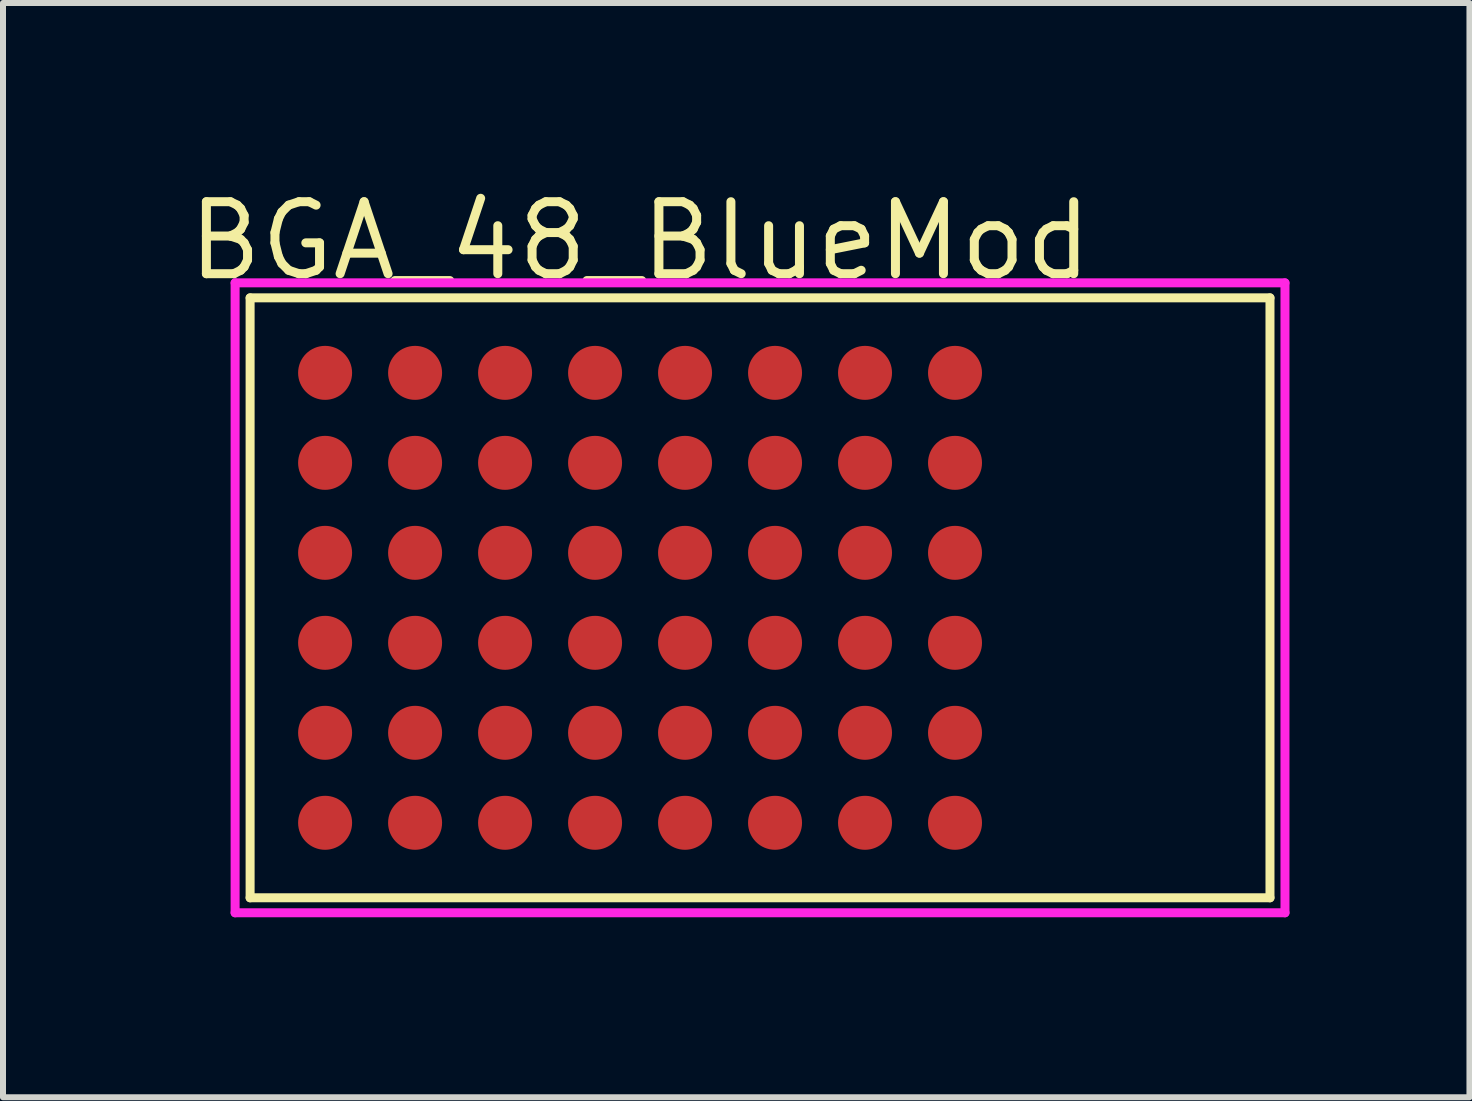
<source format=kicad_pcb>
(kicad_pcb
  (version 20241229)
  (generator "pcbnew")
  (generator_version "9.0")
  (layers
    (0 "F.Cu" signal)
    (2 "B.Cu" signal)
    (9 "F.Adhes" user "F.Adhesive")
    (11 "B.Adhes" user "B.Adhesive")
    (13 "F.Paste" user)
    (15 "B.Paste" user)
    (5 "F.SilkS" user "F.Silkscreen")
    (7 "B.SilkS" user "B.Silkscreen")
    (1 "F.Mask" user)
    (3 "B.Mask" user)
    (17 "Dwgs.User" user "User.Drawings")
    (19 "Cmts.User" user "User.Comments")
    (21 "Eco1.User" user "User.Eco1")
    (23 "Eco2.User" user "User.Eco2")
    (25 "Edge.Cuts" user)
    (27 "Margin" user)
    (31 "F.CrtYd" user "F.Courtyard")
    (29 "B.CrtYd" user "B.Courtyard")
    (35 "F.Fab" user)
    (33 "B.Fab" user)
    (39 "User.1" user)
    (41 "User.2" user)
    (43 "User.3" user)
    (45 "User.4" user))
  (footprint "BGA_48_BlueMod"
    (layer "F.Cu")
    (at 7.619 6.915)
    (property "Reference" "BGA_48_BlueMod" (at 0 -5.95 0) (layer "F.SilkS") (effects (font (size 1.2 1.2) (thickness 0.15))))
    (attr through_hole)
    (fp_line (start -6.5 -5) (end -6.5 5) (stroke (width 0.15) (type solid)) (layer "F.SilkS"))
    (fp_line (start -6.5 5) (end 10.5 5) (stroke (width 0.15) (type solid)) (layer "F.SilkS"))
    (fp_line (start 10.5 -5) (end -6.5 -5) (stroke (width 0.15) (type solid)) (layer "F.SilkS"))
    (fp_line (start 10.5 5) (end 10.5 -5) (stroke (width 0.15) (type solid)) (layer "F.SilkS"))
    (fp_line (start -6.75 -5.25) (end 10.75 -5.25) (stroke (width 0.15) (type solid)) (layer "F.CrtYd"))
    (fp_line (start -6.75 5.25) (end -6.75 -5.25) (stroke (width 0.15) (type solid)) (layer "F.CrtYd"))
    (fp_line (start 10.75 -5.25) (end 10.75 5.25) (stroke (width 0.15) (type solid)) (layer "F.CrtYd"))
    (fp_line (start 10.75 5.25) (end -6.75 5.25) (stroke (width 0.15) (type solid)) (layer "F.CrtYd"))
    (pad "A1" smd circle (at -5.25 -3.75) (size 0.9 0.9) (layers "F.Cu" "F.Mask" "F.Paste"))
    (pad "A2" smd circle (at -3.75 -3.75) (size 0.9 0.9) (layers "F.Cu" "F.Mask" "F.Paste"))
    (pad "A3" smd circle (at -2.25 -3.75) (size 0.9 0.9) (layers "F.Cu" "F.Mask" "F.Paste"))
    (pad "A4" smd circle (at -0.75 -3.75) (size 0.9 0.9) (layers "F.Cu" "F.Mask" "F.Paste"))
    (pad "A5" smd circle (at 0.75 -3.75) (size 0.9 0.9) (layers "F.Cu" "F.Mask" "F.Paste"))
    (pad "A6" smd circle (at 2.25 -3.75) (size 0.9 0.9) (layers "F.Cu" "F.Mask" "F.Paste"))
    (pad "A7" smd circle (at 3.75 -3.75) (size 0.9 0.9) (layers "F.Cu" "F.Mask" "F.Paste"))
    (pad "A8" smd circle (at 5.25 -3.75) (size 0.9 0.9) (layers "F.Cu" "F.Mask" "F.Paste"))
    (pad "B1" smd circle (at -5.25 -2.25) (size 0.9 0.9) (layers "F.Cu" "F.Mask" "F.Paste"))
    (pad "B2" smd circle (at -3.75 -2.25) (size 0.9 0.9) (layers "F.Cu" "F.Mask" "F.Paste"))
    (pad "B3" smd circle (at -2.25 -2.25) (size 0.9 0.9) (layers "F.Cu" "F.Mask" "F.Paste"))
    (pad "B4" smd circle (at -0.75 -2.25) (size 0.9 0.9) (layers "F.Cu" "F.Mask" "F.Paste"))
    (pad "B5" smd circle (at 0.75 -2.25) (size 0.9 0.9) (layers "F.Cu" "F.Mask" "F.Paste"))
    (pad "B6" smd circle (at 2.25 -2.25) (size 0.9 0.9) (layers "F.Cu" "F.Mask" "F.Paste"))
    (pad "B7" smd circle (at 3.75 -2.25) (size 0.9 0.9) (layers "F.Cu" "F.Mask" "F.Paste"))
    (pad "B8" smd circle (at 5.25 -2.25) (size 0.9 0.9) (layers "F.Cu" "F.Mask" "F.Paste"))
    (pad "C1" smd circle (at -5.25 -0.75) (size 0.9 0.9) (layers "F.Cu" "F.Mask" "F.Paste"))
    (pad "C2" smd circle (at -3.75 -0.75) (size 0.9 0.9) (layers "F.Cu" "F.Mask" "F.Paste"))
    (pad "C3" smd circle (at -2.25 -0.75) (size 0.9 0.9) (layers "F.Cu" "F.Mask" "F.Paste"))
    (pad "C4" smd circle (at -0.75 -0.75) (size 0.9 0.9) (layers "F.Cu" "F.Mask" "F.Paste"))
    (pad "C5" smd circle (at 0.75 -0.75) (size 0.9 0.9) (layers "F.Cu" "F.Mask" "F.Paste"))
    (pad "C6" smd circle (at 2.25 -0.75) (size 0.9 0.9) (layers "F.Cu" "F.Mask" "F.Paste"))
    (pad "C7" smd circle (at 3.75 -0.75) (size 0.9 0.9) (layers "F.Cu" "F.Mask" "F.Paste"))
    (pad "C8" smd circle (at 5.25 -0.75) (size 0.9 0.9) (layers "F.Cu" "F.Mask" "F.Paste"))
    (pad "D1" smd circle (at -5.25 0.75) (size 0.9 0.9) (layers "F.Cu" "F.Mask" "F.Paste"))
    (pad "D2" smd circle (at -3.75 0.75) (size 0.9 0.9) (layers "F.Cu" "F.Mask" "F.Paste"))
    (pad "D3" smd circle (at -2.25 0.75) (size 0.9 0.9) (layers "F.Cu" "F.Mask" "F.Paste"))
    (pad "D4" smd circle (at -0.75 0.75) (size 0.9 0.9) (layers "F.Cu" "F.Mask" "F.Paste"))
    (pad "D5" smd circle (at 0.75 0.75) (size 0.9 0.9) (layers "F.Cu" "F.Mask" "F.Paste"))
    (pad "D6" smd circle (at 2.25 0.75) (size 0.9 0.9) (layers "F.Cu" "F.Mask" "F.Paste"))
    (pad "D7" smd circle (at 3.75 0.75) (size 0.9 0.9) (layers "F.Cu" "F.Mask" "F.Paste"))
    (pad "D8" smd circle (at 5.25 0.75) (size 0.9 0.9) (layers "F.Cu" "F.Mask" "F.Paste"))
    (pad "E1" smd circle (at -5.25 2.25) (size 0.9 0.9) (layers "F.Cu" "F.Mask" "F.Paste"))
    (pad "E2" smd circle (at -3.75 2.25) (size 0.9 0.9) (layers "F.Cu" "F.Mask" "F.Paste"))
    (pad "E3" smd circle (at -2.25 2.25) (size 0.9 0.9) (layers "F.Cu" "F.Mask" "F.Paste"))
    (pad "E4" smd circle (at -0.75 2.25) (size 0.9 0.9) (layers "F.Cu" "F.Mask" "F.Paste"))
    (pad "E5" smd circle (at 0.75 2.25) (size 0.9 0.9) (layers "F.Cu" "F.Mask" "F.Paste"))
    (pad "E6" smd circle (at 2.25 2.25) (size 0.9 0.9) (layers "F.Cu" "F.Mask" "F.Paste"))
    (pad "E7" smd circle (at 3.75 2.25) (size 0.9 0.9) (layers "F.Cu" "F.Mask" "F.Paste"))
    (pad "E8" smd circle (at 5.25 2.25) (size 0.9 0.9) (layers "F.Cu" "F.Mask" "F.Paste"))
    (pad "F1" smd circle (at -5.25 3.75) (size 0.9 0.9) (layers "F.Cu" "F.Mask" "F.Paste"))
    (pad "F2" smd circle (at -3.75 3.75) (size 0.9 0.9) (layers "F.Cu" "F.Mask" "F.Paste"))
    (pad "F3" smd circle (at -2.25 3.75) (size 0.9 0.9) (layers "F.Cu" "F.Mask" "F.Paste"))
    (pad "F4" smd circle (at -0.75 3.75) (size 0.9 0.9) (layers "F.Cu" "F.Mask" "F.Paste"))
    (pad "F5" smd circle (at 0.75 3.75) (size 0.9 0.9) (layers "F.Cu" "F.Mask" "F.Paste"))
    (pad "F6" smd circle (at 2.25 3.75) (size 0.9 0.9) (layers "F.Cu" "F.Mask" "F.Paste"))
    (pad "F7" smd circle (at 3.75 3.75) (size 0.9 0.9) (layers "F.Cu" "F.Mask" "F.Paste"))
    (pad "F8" smd circle (at 5.25 3.75) (size 0.9 0.9) (layers "F.Cu" "F.Mask" "F.Paste")))
  (gr_rect
    (start -3 -3)
    (end 21.444 15.24)
    (stroke (width 0.1) (type default))
    (fill no)
    (layer "Edge.Cuts")))
</source>
